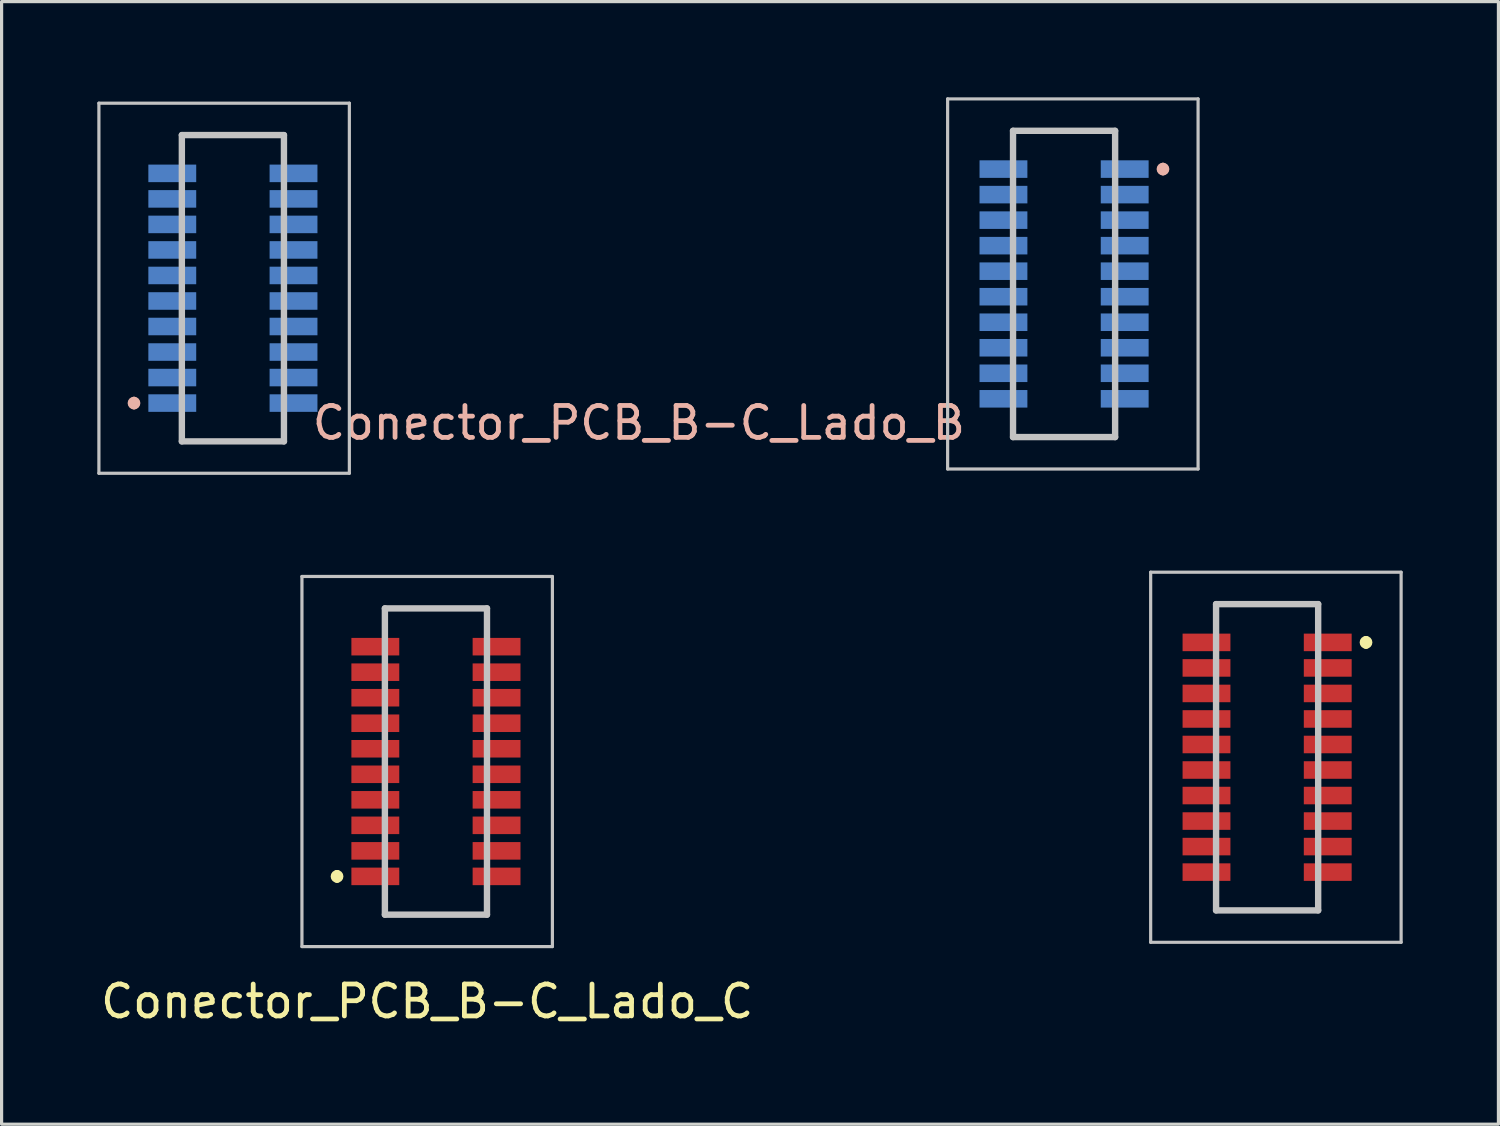
<source format=kicad_pcb>
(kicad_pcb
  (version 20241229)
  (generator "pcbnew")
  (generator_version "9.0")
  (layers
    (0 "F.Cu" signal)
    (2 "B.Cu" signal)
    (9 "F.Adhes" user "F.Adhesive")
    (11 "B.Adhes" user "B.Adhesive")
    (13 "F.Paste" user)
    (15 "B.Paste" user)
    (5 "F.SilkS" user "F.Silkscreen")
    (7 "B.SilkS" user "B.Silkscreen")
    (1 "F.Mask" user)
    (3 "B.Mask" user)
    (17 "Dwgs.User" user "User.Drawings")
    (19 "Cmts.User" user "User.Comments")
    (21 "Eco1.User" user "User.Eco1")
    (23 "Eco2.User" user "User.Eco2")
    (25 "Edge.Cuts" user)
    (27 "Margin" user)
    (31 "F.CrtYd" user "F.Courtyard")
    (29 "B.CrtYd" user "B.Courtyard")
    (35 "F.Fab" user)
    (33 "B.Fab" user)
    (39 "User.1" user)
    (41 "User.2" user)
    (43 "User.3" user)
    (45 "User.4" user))
  (footprint "Conector_PCB_B-C_Lado_C"
    (layer "F.Cu")
    (at 23.339 20.823)
    (property "Reference" "Conector_PCB_B-C_Lado_C" (at -13 7.515 180) (layer "F.SilkS") (effects (font (size 1 1) (thickness 0.15))))
    (attr through_hole)
    (fp_line (start -15.825 3.496) (end -15.825 3.496) (stroke (width 0.2) (type solid)) (layer "F.SilkS"))
    (fp_line (start -15.825 3.696) (end -15.825 3.696) (stroke (width 0.2) (type solid)) (layer "F.SilkS"))
    (fp_line (start -14.325 -4.804) (end -14.325 -4.504) (stroke (width 0.1) (type solid)) (layer "F.SilkS"))
    (fp_line (start -14.325 4.796) (end -14.325 4.496) (stroke (width 0.1) (type solid)) (layer "F.SilkS"))
    (fp_line (start -11.125 -4.804) (end -14.325 -4.804) (stroke (width 0.1) (type solid)) (layer "F.SilkS"))
    (fp_line (start -11.125 -4.504) (end -11.125 -4.804) (stroke (width 0.1) (type solid)) (layer "F.SilkS"))
    (fp_line (start -11.125 4.496) (end -11.125 4.796) (stroke (width 0.1) (type solid)) (layer "F.SilkS"))
    (fp_line (start -11.125 4.796) (end -14.325 4.796) (stroke (width 0.1) (type solid)) (layer "F.SilkS"))
    (fp_line (start 11.727 -4.938) (end 14.927 -4.938) (stroke (width 0.1) (type solid)) (layer "F.SilkS"))
    (fp_line (start 11.727 -4.638) (end 11.727 -4.938) (stroke (width 0.1) (type solid)) (layer "F.SilkS"))
    (fp_line (start 11.727 4.362) (end 11.727 4.662) (stroke (width 0.1) (type solid)) (layer "F.SilkS"))
    (fp_line (start 11.727 4.662) (end 14.927 4.662) (stroke (width 0.1) (type solid)) (layer "F.SilkS"))
    (fp_line (start 14.927 -4.938) (end 14.927 -4.638) (stroke (width 0.1) (type solid)) (layer "F.SilkS"))
    (fp_line (start 14.927 4.662) (end 14.927 4.362) (stroke (width 0.1) (type solid)) (layer "F.SilkS"))
    (fp_line (start 16.427 -3.838) (end 16.427 -3.838) (stroke (width 0.2) (type solid)) (layer "F.SilkS"))
    (fp_line (start 16.427 -3.638) (end 16.427 -3.638) (stroke (width 0.2) (type solid)) (layer "F.SilkS"))
    (fp_arc (start -15.825 3.4964) (mid -15.725 3.5964) (end -15.825 3.6964) (stroke (width 0.2) (type solid)) (layer "F.SilkS"))
    (fp_arc (start -15.825 3.6964) (mid -15.925 3.5964) (end -15.825 3.4964) (stroke (width 0.2) (type solid)) (layer "F.SilkS"))
    (fp_arc (start 16.427 -3.8384) (mid 16.527 -3.7384) (end 16.427 -3.6384) (stroke (width 0.2) (type solid)) (layer "F.SilkS"))
    (fp_arc (start 16.427 -3.6384) (mid 16.327 -3.7384) (end 16.427 -3.8384) (stroke (width 0.2) (type solid)) (layer "F.SilkS"))
    (fp_line (start -16.925 -5.804) (end -9.075 -5.804) (stroke (width 0.1) (type solid)) (layer "Dwgs.User"))
    (fp_line (start -16.925 5.796) (end -16.925 -5.804) (stroke (width 0.1) (type solid)) (layer "Dwgs.User"))
    (fp_line (start -14.325 -4.804) (end -11.125 -4.804) (stroke (width 0.2) (type solid)) (layer "Dwgs.User"))
    (fp_line (start -14.325 4.796) (end -14.325 -4.804) (stroke (width 0.2) (type solid)) (layer "Dwgs.User"))
    (fp_line (start -11.125 -4.804) (end -11.125 4.796) (stroke (width 0.2) (type solid)) (layer "Dwgs.User"))
    (fp_line (start -11.125 4.796) (end -14.325 4.796) (stroke (width 0.2) (type solid)) (layer "Dwgs.User"))
    (fp_line (start -9.075 -5.804) (end -9.075 5.796) (stroke (width 0.1) (type solid)) (layer "Dwgs.User"))
    (fp_line (start -9.075 5.796) (end -16.925 5.796) (stroke (width 0.1) (type solid)) (layer "Dwgs.User"))
    (fp_line (start 9.677 -5.938) (end 17.527 -5.938) (stroke (width 0.1) (type solid)) (layer "Dwgs.User"))
    (fp_line (start 9.677 5.662) (end 9.677 -5.938) (stroke (width 0.1) (type solid)) (layer "Dwgs.User"))
    (fp_line (start 11.727 -4.938) (end 14.927 -4.938) (stroke (width 0.2) (type solid)) (layer "Dwgs.User"))
    (fp_line (start 11.727 4.662) (end 11.727 -4.938) (stroke (width 0.2) (type solid)) (layer "Dwgs.User"))
    (fp_line (start 14.927 -4.938) (end 14.927 4.662) (stroke (width 0.2) (type solid)) (layer "Dwgs.User"))
    (fp_line (start 14.927 4.662) (end 11.727 4.662) (stroke (width 0.2) (type solid)) (layer "Dwgs.User"))
    (fp_line (start 17.527 -5.938) (end 17.527 5.662) (stroke (width 0.1) (type solid)) (layer "Dwgs.User"))
    (fp_line (start 17.527 5.662) (end 9.677 5.662) (stroke (width 0.1) (type solid)) (layer "Dwgs.User"))
    (pad "1" smd rect (at -14.625 3.596 270) (size 0.55 1.5) (layers "F.Cu" "F.Paste"))
    (pad "2" smd rect (at -14.625 2.796 270) (size 0.55 1.5) (layers "F.Cu" "F.Paste"))
    (pad "3" smd rect (at -14.625 1.996 270) (size 0.55 1.5) (layers "F.Cu" "F.Paste"))
    (pad "4" smd rect (at -14.625 1.196 270) (size 0.55 1.5) (layers "F.Cu" "F.Paste"))
    (pad "5" smd rect (at -14.625 0.396 270) (size 0.55 1.5) (layers "F.Cu" "F.Paste"))
    (pad "6" smd rect (at -14.625 -0.404 270) (size 0.55 1.5) (layers "F.Cu" "F.Paste"))
    (pad "7" smd rect (at -14.625 -1.204 270) (size 0.55 1.5) (layers "F.Cu" "F.Paste"))
    (pad "8" smd rect (at -14.625 -2.004 270) (size 0.55 1.5) (layers "F.Cu" "F.Paste"))
    (pad "9" smd rect (at -14.625 -2.804 270) (size 0.55 1.5) (layers "F.Cu" "F.Paste"))
    (pad "10" smd rect (at -14.625 -3.604 270) (size 0.55 1.5) (layers "F.Cu" "F.Paste"))
    (pad "11" smd rect (at -10.825 -3.604 270) (size 0.55 1.5) (layers "F.Cu" "F.Paste"))
    (pad "12" smd rect (at -10.825 -2.804 270) (size 0.55 1.5) (layers "F.Cu" "F.Paste"))
    (pad "13" smd rect (at -10.825 -2.004 270) (size 0.55 1.5) (layers "F.Cu" "F.Paste"))
    (pad "14" smd rect (at -10.825 -1.204 270) (size 0.55 1.5) (layers "F.Cu" "F.Paste"))
    (pad "15" smd rect (at -10.825 -0.404 270) (size 0.55 1.5) (layers "F.Cu" "F.Paste"))
    (pad "16" smd rect (at -10.825 0.396 270) (size 0.55 1.5) (layers "F.Cu" "F.Paste"))
    (pad "17" smd rect (at -10.825 1.196 270) (size 0.55 1.5) (layers "F.Cu" "F.Paste"))
    (pad "18" smd rect (at -10.825 1.996 270) (size 0.55 1.5) (layers "F.Cu" "F.Paste"))
    (pad "19" smd rect (at -10.825 2.796 270) (size 0.55 1.5) (layers "F.Cu" "F.Paste"))
    (pad "20" smd rect (at -10.825 3.596 270) (size 0.55 1.5) (layers "F.Cu" "F.Paste"))
    (pad "21" smd rect (at 15.227 -3.738 90) (size 0.55 1.5) (layers "F.Cu" "F.Paste"))
    (pad "22" smd rect (at 15.227 -2.938 90) (size 0.55 1.5) (layers "F.Cu" "F.Paste"))
    (pad "23" smd rect (at 15.227 -2.138 90) (size 0.55 1.5) (layers "F.Cu" "F.Paste"))
    (pad "24" smd rect (at 15.227 -1.338 90) (size 0.55 1.5) (layers "F.Cu" "F.Paste"))
    (pad "25" smd rect (at 15.227 -0.538 90) (size 0.55 1.5) (layers "F.Cu" "F.Paste"))
    (pad "26" smd rect (at 15.227 0.262 90) (size 0.55 1.5) (layers "F.Cu" "F.Paste"))
    (pad "27" smd rect (at 15.227 1.062 90) (size 0.55 1.5) (layers "F.Cu" "F.Paste"))
    (pad "28" smd rect (at 15.227 1.862 90) (size 0.55 1.5) (layers "F.Cu" "F.Paste"))
    (pad "29" smd rect (at 15.227 2.662 90) (size 0.55 1.5) (layers "F.Cu" "F.Paste"))
    (pad "30" smd rect (at 15.227 3.462 90) (size 0.55 1.5) (layers "F.Cu" "F.Paste"))
    (pad "31" smd rect (at 11.427 3.462 90) (size 0.55 1.5) (layers "F.Cu" "F.Paste"))
    (pad "32" smd rect (at 11.427 2.662 90) (size 0.55 1.5) (layers "F.Cu" "F.Paste"))
    (pad "33" smd rect (at 11.427 1.862 90) (size 0.55 1.5) (layers "F.Cu" "F.Paste"))
    (pad "34" smd rect (at 11.427 1.062 90) (size 0.55 1.5) (layers "F.Cu" "F.Paste"))
    (pad "35" smd rect (at 11.427 0.262 90) (size 0.55 1.5) (layers "F.Cu" "F.Paste"))
    (pad "36" smd rect (at 11.427 -0.538 90) (size 0.55 1.5) (layers "F.Cu" "F.Paste"))
    (pad "37" smd rect (at 11.427 -1.338 90) (size 0.55 1.5) (layers "F.Cu" "F.Paste"))
    (pad "38" smd rect (at 11.427 -2.138 90) (size 0.55 1.5) (layers "F.Cu" "F.Paste"))
    (pad "39" smd rect (at 11.427 -2.938 90) (size 0.55 1.5) (layers "F.Cu" "F.Paste"))
    (pad "40" smd rect (at 11.427 -3.738 90) (size 0.55 1.5) (layers "F.Cu" "F.Paste")))
  (footprint "Conector_PCB_B-C_Lado_B"
    (layer "F.Cu")
    (at 16.975 5.988)
    (property "Reference" "Conector_PCB_B-C_Lado_B" (at 0 4.216 0) (layer "B.SilkS") (effects (font (size 1 1) (thickness 0.15))))
    (attr through_hole)
    (fp_line (start -14.325 -4.804) (end -14.325 -4.504) (stroke (width 0.1) (type solid)) (layer "B.SilkS"))
    (fp_line (start -14.325 4.796) (end -14.325 4.496) (stroke (width 0.1) (type solid)) (layer "B.SilkS"))
    (fp_line (start -11.125 -4.804) (end -14.325 -4.804) (stroke (width 0.1) (type solid)) (layer "B.SilkS"))
    (fp_line (start -11.125 -4.504) (end -11.125 -4.804) (stroke (width 0.1) (type solid)) (layer "B.SilkS"))
    (fp_line (start -11.125 4.496) (end -11.125 4.796) (stroke (width 0.1) (type solid)) (layer "B.SilkS"))
    (fp_line (start -11.125 4.796) (end -14.325 4.796) (stroke (width 0.1) (type solid)) (layer "B.SilkS"))
    (fp_line (start 11.727 -4.938) (end 14.927 -4.938) (stroke (width 0.1) (type solid)) (layer "B.SilkS"))
    (fp_line (start 11.727 -4.638) (end 11.727 -4.938) (stroke (width 0.1) (type solid)) (layer "B.SilkS"))
    (fp_line (start 11.727 4.362) (end 11.727 4.662) (stroke (width 0.1) (type solid)) (layer "B.SilkS"))
    (fp_line (start 11.727 4.662) (end 14.927 4.662) (stroke (width 0.1) (type solid)) (layer "B.SilkS"))
    (fp_line (start 14.927 -4.938) (end 14.927 -4.638) (stroke (width 0.1) (type solid)) (layer "B.SilkS"))
    (fp_line (start 14.927 4.662) (end 14.927 4.362) (stroke (width 0.1) (type solid)) (layer "B.SilkS"))
    (fp_arc (start -15.825 3.4964) (mid -15.725 3.5964) (end -15.825 3.6964) (stroke (width 0.2) (type solid)) (layer "B.SilkS"))
    (fp_arc (start -15.825 3.6964) (mid -15.925 3.5964) (end -15.825 3.4964) (stroke (width 0.2) (type solid)) (layer "B.SilkS"))
    (fp_arc (start 16.427 -3.8384) (mid 16.527 -3.7384) (end 16.427 -3.6384) (stroke (width 0.2) (type solid)) (layer "B.SilkS"))
    (fp_arc (start 16.427 -3.6384) (mid 16.327 -3.7384) (end 16.427 -3.8384) (stroke (width 0.2) (type solid)) (layer "B.SilkS"))
    (fp_line (start -16.925 -5.804) (end -9.075 -5.804) (stroke (width 0.1) (type solid)) (layer "Dwgs.User"))
    (fp_line (start -16.925 5.796) (end -16.925 -5.804) (stroke (width 0.1) (type solid)) (layer "Dwgs.User"))
    (fp_line (start -14.325 -4.804) (end -11.125 -4.804) (stroke (width 0.2) (type solid)) (layer "Dwgs.User"))
    (fp_line (start -14.325 4.796) (end -14.325 -4.804) (stroke (width 0.2) (type solid)) (layer "Dwgs.User"))
    (fp_line (start -11.125 -4.804) (end -11.125 4.796) (stroke (width 0.2) (type solid)) (layer "Dwgs.User"))
    (fp_line (start -11.125 4.796) (end -14.325 4.796) (stroke (width 0.2) (type solid)) (layer "Dwgs.User"))
    (fp_line (start -9.075 -5.804) (end -9.075 5.796) (stroke (width 0.1) (type solid)) (layer "Dwgs.User"))
    (fp_line (start -9.075 5.796) (end -16.925 5.796) (stroke (width 0.1) (type solid)) (layer "Dwgs.User"))
    (fp_line (start 9.677 -5.938) (end 17.527 -5.938) (stroke (width 0.1) (type solid)) (layer "Dwgs.User"))
    (fp_line (start 9.677 5.662) (end 9.677 -5.938) (stroke (width 0.1) (type solid)) (layer "Dwgs.User"))
    (fp_line (start 11.727 -4.938) (end 14.927 -4.938) (stroke (width 0.2) (type solid)) (layer "Dwgs.User"))
    (fp_line (start 11.727 4.662) (end 11.727 -4.938) (stroke (width 0.2) (type solid)) (layer "Dwgs.User"))
    (fp_line (start 14.927 -4.938) (end 14.927 4.662) (stroke (width 0.2) (type solid)) (layer "Dwgs.User"))
    (fp_line (start 14.927 4.662) (end 11.727 4.662) (stroke (width 0.2) (type solid)) (layer "Dwgs.User"))
    (fp_line (start 17.527 -5.938) (end 17.527 5.662) (stroke (width 0.1) (type solid)) (layer "Dwgs.User"))
    (fp_line (start 17.527 5.662) (end 9.677 5.662) (stroke (width 0.1) (type solid)) (layer "Dwgs.User"))
    (pad "1" smd rect (at -14.625 3.596 270) (size 0.55 1.5) (layers "B.Cu" "B.Paste"))
    (pad "2" smd rect (at -14.625 2.796 270) (size 0.55 1.5) (layers "B.Cu" "B.Paste"))
    (pad "3" smd rect (at -14.625 1.996 270) (size 0.55 1.5) (layers "B.Cu" "B.Paste"))
    (pad "4" smd rect (at -14.625 1.196 270) (size 0.55 1.5) (layers "B.Cu" "B.Paste"))
    (pad "5" smd rect (at -14.625 0.396 270) (size 0.55 1.5) (layers "B.Cu" "B.Paste"))
    (pad "6" smd rect (at -14.625 -0.404 270) (size 0.55 1.5) (layers "B.Cu" "B.Paste"))
    (pad "7" smd rect (at -14.625 -1.204 270) (size 0.55 1.5) (layers "B.Cu" "B.Paste"))
    (pad "8" smd rect (at -14.625 -2.004 270) (size 0.55 1.5) (layers "B.Cu" "B.Paste"))
    (pad "9" smd rect (at -14.625 -2.804 270) (size 0.55 1.5) (layers "B.Cu" "B.Paste"))
    (pad "10" smd rect (at -14.625 -3.604 270) (size 0.55 1.5) (layers "B.Cu" "B.Paste"))
    (pad "11" smd rect (at -10.825 -3.604 270) (size 0.55 1.5) (layers "B.Cu" "B.Paste"))
    (pad "12" smd rect (at -10.825 -2.804 270) (size 0.55 1.5) (layers "B.Cu" "B.Paste"))
    (pad "13" smd rect (at -10.825 -2.004 270) (size 0.55 1.5) (layers "B.Cu" "B.Paste"))
    (pad "14" smd rect (at -10.825 -1.204 270) (size 0.55 1.5) (layers "B.Cu" "B.Paste"))
    (pad "15" smd rect (at -10.825 -0.404 270) (size 0.55 1.5) (layers "B.Cu" "B.Paste"))
    (pad "16" smd rect (at -10.825 0.396 270) (size 0.55 1.5) (layers "B.Cu" "B.Paste"))
    (pad "17" smd rect (at -10.825 1.196 270) (size 0.55 1.5) (layers "B.Cu" "B.Paste"))
    (pad "18" smd rect (at -10.825 1.996 270) (size 0.55 1.5) (layers "B.Cu" "B.Paste"))
    (pad "19" smd rect (at -10.825 2.796 270) (size 0.55 1.5) (layers "B.Cu" "B.Paste"))
    (pad "20" smd rect (at -10.825 3.596 270) (size 0.55 1.5) (layers "B.Cu" "B.Paste"))
    (pad "21" smd rect (at 15.227 -3.738 90) (size 0.55 1.5) (layers "B.Cu" "B.Paste"))
    (pad "22" smd rect (at 15.227 -2.938 90) (size 0.55 1.5) (layers "B.Cu" "B.Paste"))
    (pad "23" smd rect (at 15.227 -2.138 90) (size 0.55 1.5) (layers "B.Cu" "B.Paste"))
    (pad "24" smd rect (at 15.227 -1.338 90) (size 0.55 1.5) (layers "B.Cu" "B.Paste"))
    (pad "25" smd rect (at 15.227 -0.538 90) (size 0.55 1.5) (layers "B.Cu" "B.Paste"))
    (pad "26" smd rect (at 15.227 0.262 90) (size 0.55 1.5) (layers "B.Cu" "B.Paste"))
    (pad "27" smd rect (at 15.227 1.062 90) (size 0.55 1.5) (layers "B.Cu" "B.Paste"))
    (pad "28" smd rect (at 15.227 1.862 90) (size 0.55 1.5) (layers "B.Cu" "B.Paste"))
    (pad "29" smd rect (at 15.227 2.662 90) (size 0.55 1.5) (layers "B.Cu" "B.Paste"))
    (pad "30" smd rect (at 15.227 3.462 90) (size 0.55 1.5) (layers "B.Cu" "B.Paste"))
    (pad "31" smd rect (at 11.427 3.462 90) (size 0.55 1.5) (layers "B.Cu" "B.Paste"))
    (pad "32" smd rect (at 11.427 2.662 90) (size 0.55 1.5) (layers "B.Cu" "B.Paste"))
    (pad "33" smd rect (at 11.427 1.862 90) (size 0.55 1.5) (layers "B.Cu" "B.Paste"))
    (pad "34" smd rect (at 11.427 1.062 90) (size 0.55 1.5) (layers "B.Cu" "B.Paste"))
    (pad "35" smd rect (at 11.427 0.262 90) (size 0.55 1.5) (layers "B.Cu" "B.Paste"))
    (pad "36" smd rect (at 11.427 -0.538 90) (size 0.55 1.5) (layers "B.Cu" "B.Paste"))
    (pad "37" smd rect (at 11.427 -1.338 90) (size 0.55 1.5) (layers "B.Cu" "B.Paste"))
    (pad "38" smd rect (at 11.427 -2.138 90) (size 0.55 1.5) (layers "B.Cu" "B.Paste"))
    (pad "39" smd rect (at 11.427 -2.938 90) (size 0.55 1.5) (layers "B.Cu" "B.Paste"))
    (pad "40" smd rect (at 11.427 -3.738 90) (size 0.55 1.5) (layers "B.Cu" "B.Paste")))
  (gr_rect
    (start -3 -3)
    (end 43.916 32.186)
    (stroke (width 0.1) (type default))
    (fill no)
    (layer "Edge.Cuts")))
</source>
